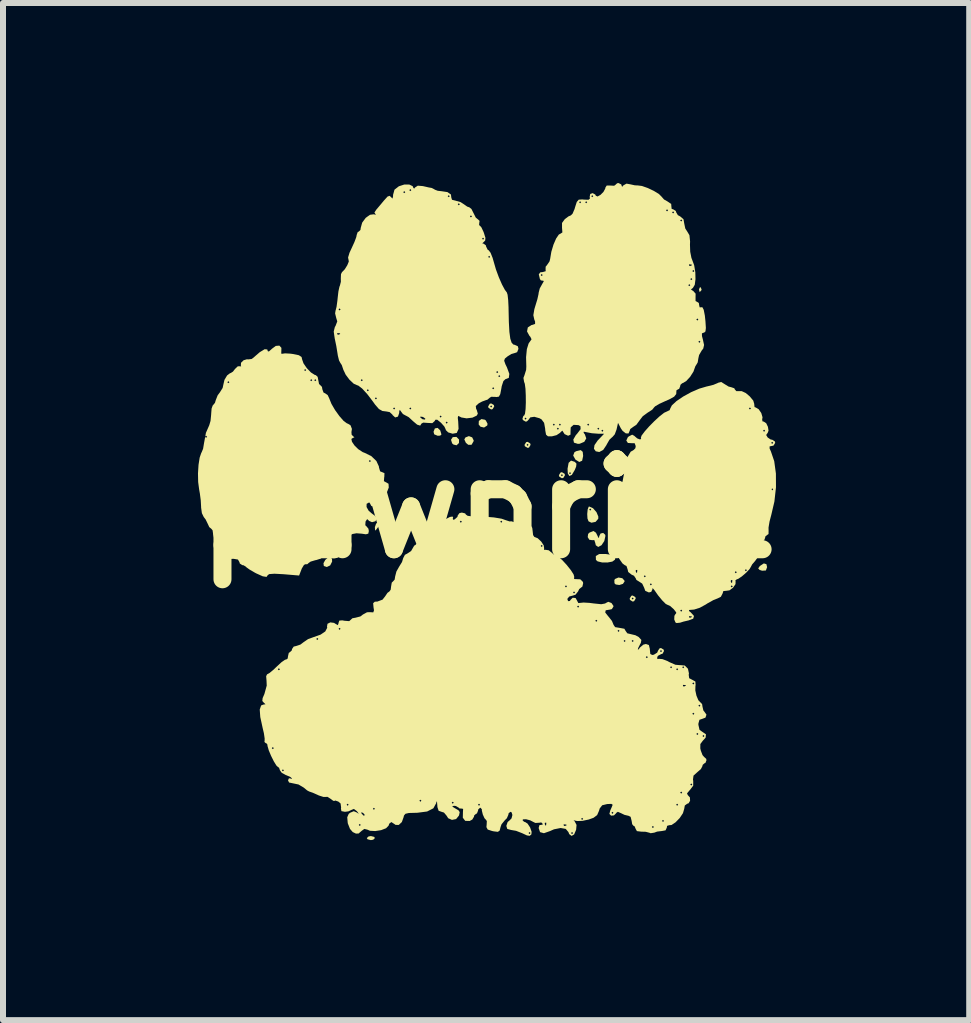
<source format=kicad_pcb>
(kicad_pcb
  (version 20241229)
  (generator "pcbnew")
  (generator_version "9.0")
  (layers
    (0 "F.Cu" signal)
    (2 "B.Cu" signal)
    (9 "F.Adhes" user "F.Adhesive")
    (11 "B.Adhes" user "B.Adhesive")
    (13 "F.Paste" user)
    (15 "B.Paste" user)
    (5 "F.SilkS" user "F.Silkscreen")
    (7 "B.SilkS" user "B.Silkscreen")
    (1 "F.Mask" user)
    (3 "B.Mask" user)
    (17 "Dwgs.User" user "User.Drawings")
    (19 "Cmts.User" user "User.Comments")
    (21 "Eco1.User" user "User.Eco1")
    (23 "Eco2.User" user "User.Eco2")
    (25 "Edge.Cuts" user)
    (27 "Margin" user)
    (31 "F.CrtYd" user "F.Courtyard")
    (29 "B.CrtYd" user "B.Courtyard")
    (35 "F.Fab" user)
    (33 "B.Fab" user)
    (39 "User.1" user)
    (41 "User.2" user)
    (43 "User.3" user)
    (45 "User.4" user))
  (footprint "pawprint"
    (layer "F.Cu")
    (at 5.05 5.424)
    (property "Reference" "pawprint" (at 0 0 0) (layer "F.SilkS") (effects (font (size 1.5 1.5) (thickness 0.3))))
    (attr board_only exclude_from_pos_files exclude_from_bom)
    (fp_poly (pts (xy 3.577 -3.685) (xy 3.591 -3.646) (xy 3.586 -3.636) (xy 3.559 -3.606) (xy 3.549 -3.641) (xy 3.548 -3.654) (xy 3.563 -3.687)) (stroke (width 0) (type solid)) (fill yes) (layer "F.SilkS"))
    (fp_poly (pts (xy -1.865 5.471) (xy -1.853 5.491) (xy -1.881 5.518) (xy -1.92 5.525) (xy -1.975 5.511) (xy -1.988 5.491) (xy -1.959 5.464) (xy -1.92 5.457)) (stroke (width 0) (type solid)) (fill yes) (layer "F.SilkS"))
    (fp_poly (pts (xy 4.671 0.927) (xy 4.682 0.977) (xy 4.662 1.032) (xy 4.599 1.036) (xy 4.556 1.022) (xy 4.534 0.997) (xy 4.562 0.957) (xy 4.628 0.914)) (stroke (width 0) (type solid)) (fill yes) (layer "F.SilkS"))
    (fp_poly (pts (xy -2.568 0.835) (xy -2.566 0.884) (xy -2.598 0.947) (xy -2.654 0.974) (xy -2.704 0.957) (xy -2.71 0.911) (xy -2.679 0.855) (xy -2.631 0.814) (xy -2.607 0.808)) (stroke (width 0) (type solid)) (fill yes) (layer "F.SilkS"))
    (fp_poly (pts (xy -1.762 0.244) (xy -1.776 0.278) (xy -1.789 0.295) (xy -1.829 0.348) (xy -1.843 0.368) (xy -1.851 0.351) (xy -1.853 0.309) (xy -1.832 0.248) (xy -1.798 0.236)) (stroke (width 0) (type solid)) (fill yes) (layer "F.SilkS"))
    (fp_poly (pts (xy -0.765 -1.303) (xy -0.762 -1.294) (xy -0.744 -1.234) (xy -0.766 -1.215) (xy -0.808 -1.213) (xy -0.865 -1.237) (xy -0.876 -1.28) (xy -0.854 -1.335) (xy -0.808 -1.344)) (stroke (width 0) (type solid)) (fill yes) (layer "F.SilkS"))
    (fp_poly (pts (xy -0.493 -1.193) (xy -0.451 -1.15) (xy -0.452 -1.092) (xy -0.492 -1.054) (xy -0.543 -1.066) (xy -0.566 -1.086) (xy -0.585 -1.146) (xy -0.556 -1.19) (xy -0.495 -1.194)) (stroke (width 0) (type solid)) (fill yes) (layer "F.SilkS"))
    (fp_poly (pts (xy -0.232 -1.186) (xy -0.207 -1.135) (xy -0.208 -1.123) (xy -0.242 -1.063) (xy -0.297 -1.062) (xy -0.337 -1.095) (xy -0.363 -1.152) (xy -0.344 -1.185) (xy -0.287 -1.207)) (stroke (width 0) (type solid)) (fill yes) (layer "F.SilkS"))
    (fp_poly (pts (xy -0.02 -1.48) (xy -0.004 -1.467) (xy 0.024 -1.413) (xy 0.019 -1.384) (xy -0.034 -1.35) (xy -0.094 -1.364) (xy -0.124 -1.401) (xy -0.121 -1.46) (xy -0.078 -1.491)) (stroke (width 0) (type solid)) (fill yes) (layer "F.SilkS"))
    (fp_poly (pts (xy 1.61 -0.945) (xy 1.617 -0.876) (xy 1.6 -0.797) (xy 1.553 -0.776) (xy 1.489 -0.815) (xy 1.451 -0.883) (xy 1.472 -0.939) (xy 1.502 -0.956) (xy 1.577 -0.974)) (stroke (width 0) (type solid)) (fill yes) (layer "F.SilkS"))
    (fp_poly (pts (xy 2.27 1.161) (xy 2.306 1.202) (xy 2.308 1.213) (xy 2.28 1.255) (xy 2.22 1.274) (xy 2.16 1.265) (xy 2.139 1.245) (xy 2.137 1.191) (xy 2.149 1.173) (xy 2.206 1.149)) (stroke (width 0) (type solid)) (fill yes) (layer "F.SilkS"))
    (fp_poly (pts (xy 2.097 0.772) (xy 2.146 0.793) (xy 2.154 0.829) (xy 2.146 0.853) (xy 2.103 0.884) (xy 2.022 0.899) (xy 1.931 0.898) (xy 1.858 0.88) (xy 1.83 0.856) (xy 1.828 0.791) (xy 1.884 0.758) (xy 1.992 0.757)) (stroke (width 0) (type solid)) (fill yes) (layer "F.SilkS"))
    (fp_poly (pts (xy 0.129 -1.725) (xy 0.135 -1.701) (xy 0.108 -1.657) (xy 0.084 -1.651) (xy 0.04 -1.678) (xy 0.034 -1.701) (xy 0.067 -1.701) (xy 0.084 -1.684) (xy 0.101 -1.701) (xy 0.084 -1.718) (xy 0.067 -1.701) (xy 0.034 -1.701) (xy 0.061 -1.746) (xy 0.084 -1.752)) (stroke (width 0) (type solid)) (fill yes) (layer "F.SilkS"))
    (fp_poly (pts (xy 0.735 -1.085) (xy 0.741 -1.061) (xy 0.714 -1.016) (xy 0.691 -1.011) (xy 0.646 -1.038) (xy 0.64 -1.061) (xy 0.674 -1.061) (xy 0.691 -1.044) (xy 0.707 -1.061) (xy 0.691 -1.078) (xy 0.674 -1.061) (xy 0.64 -1.061) (xy 0.667 -1.106) (xy 0.691 -1.112)) (stroke (width 0) (type solid)) (fill yes) (layer "F.SilkS"))
    (fp_poly (pts (xy 1.308 -0.579) (xy 1.314 -0.556) (xy 1.287 -0.511) (xy 1.263 -0.505) (xy 1.219 -0.532) (xy 1.213 -0.556) (xy 1.246 -0.556) (xy 1.263 -0.539) (xy 1.28 -0.556) (xy 1.263 -0.573) (xy 1.246 -0.556) (xy 1.213 -0.556) (xy 1.24 -0.6) (xy 1.263 -0.606)) (stroke (width 0) (type solid)) (fill yes) (layer "F.SilkS"))
    (fp_poly (pts (xy 2.487 1.476) (xy 2.493 1.499) (xy 2.466 1.544) (xy 2.442 1.55) (xy 2.398 1.523) (xy 2.392 1.499) (xy 2.425 1.499) (xy 2.442 1.516) (xy 2.459 1.499) (xy 2.442 1.482) (xy 2.425 1.499) (xy 2.392 1.499) (xy 2.419 1.454) (xy 2.442 1.449)) (stroke (width 0) (type solid)) (fill yes) (layer "F.SilkS"))
    (fp_poly (pts (xy 1.478 -0.778) (xy 1.506 -0.748) (xy 1.5 -0.698) (xy 1.478 -0.644) (xy 1.429 -0.561) (xy 1.387 -0.542) (xy 1.361 -0.585) (xy 1.361 -0.59) (xy 1.381 -0.59) (xy 1.398 -0.573) (xy 1.415 -0.59) (xy 1.398 -0.606) (xy 1.381 -0.59) (xy 1.361 -0.59) (xy 1.357 -0.663) (xy 1.375 -0.762) (xy 1.415 -0.799)) (stroke (width 0) (type solid)) (fill yes) (layer "F.SilkS"))
    (fp_poly (pts (xy 1.781 -0.006) (xy 1.839 0.06) (xy 1.87 0.134) (xy 1.869 0.17) (xy 1.824 0.222) (xy 1.755 0.236) (xy 1.707 0.213) (xy 1.689 0.166) (xy 1.685 0.091) (xy 1.692 0.017) (xy 1.718 0.017) (xy 1.735 0.034) (xy 1.752 0.017) (xy 1.735 0) (xy 1.718 0.017) (xy 1.692 0.017) (xy 1.692 0.016) (xy 1.709 -0.03) (xy 1.718 -0.034)) (stroke (width 0) (type solid)) (fill yes) (layer "F.SilkS"))
    (fp_poly (pts (xy 1.83 0.402) (xy 1.852 0.446) (xy 1.874 0.492) (xy 1.884 0.476) (xy 1.884 0.463) (xy 1.907 0.416) (xy 1.951 0.406) (xy 1.984 0.436) (xy 1.988 0.457) (xy 1.969 0.542) (xy 1.923 0.611) (xy 1.868 0.64) (xy 1.828 0.612) (xy 1.819 0.574) (xy 1.803 0.525) (xy 1.769 0.527) (xy 1.72 0.52) (xy 1.693 0.476) (xy 1.7 0.423) (xy 1.722 0.401) (xy 1.788 0.374)) (stroke (width 0) (type solid)) (fill yes) (layer "F.SilkS"))
    (fp_poly (pts (xy -3.411 -2.678) (xy -3.412 -2.627) (xy -3.414 -2.582) (xy -3.399 -2.579) (xy -3.35 -2.586) (xy -3.261 -2.581) (xy -3.217 -2.575) (xy -3.12 -2.555) (xy -3.075 -2.525) (xy -3.066 -2.486) (xy -3.043 -2.42) (xy -2.988 -2.34) (xy -2.919 -2.268) (xy -2.855 -2.227) (xy -2.838 -2.223) (xy -2.807 -2.195) (xy -2.796 -2.139) (xy -2.784 -2.076) (xy -2.762 -2.055) (xy -2.735 -2.027) (xy -2.729 -1.988) (xy -2.709 -1.933) (xy -2.682 -1.92) (xy -2.64 -1.891) (xy -2.613 -1.833) (xy -2.577 -1.744) (xy -2.517 -1.641) (xy -2.445 -1.541) (xy -2.374 -1.46) (xy -2.317 -1.418) (xy -2.304 -1.415) (xy -2.259 -1.387) (xy -2.236 -1.327) (xy -2.244 -1.273) (xy -2.24 -1.229) (xy -2.219 -1.209) (xy -2.194 -1.185) (xy -2.214 -1.18) (xy -2.245 -1.16) (xy -2.235 -1.113) (xy -2.193 -1.051) (xy -2.13 -0.989) (xy -2.057 -0.941) (xy -2.021 -0.927) (xy -1.912 -0.873) (xy -1.828 -0.792) (xy -1.787 -0.703) (xy -1.785 -0.685) (xy -1.766 -0.62) (xy -1.731 -0.606) (xy -1.694 -0.59) (xy -1.696 -0.531) (xy -1.698 -0.522) (xy -1.703 -0.457) (xy -1.67 -0.438) (xy -1.668 -0.438) (xy -1.626 -0.413) (xy -1.622 -0.35) (xy -1.655 -0.266) (xy -1.672 -0.24) (xy -1.739 -0.181) (xy -1.806 -0.177) (xy -1.867 -0.179) (xy -1.886 -0.164) (xy -1.861 -0.136) (xy -1.853 -0.135) (xy -1.823 -0.107) (xy -1.819 -0.084) (xy -1.842 -0.038) (xy -1.91 -0.041) (xy -1.912 -0.042) (xy -1.929 -0.074) (xy -1.929 -0.076) (xy -1.934 -0.084) (xy -1.886 -0.084) (xy -1.87 -0.067) (xy -1.853 -0.084) (xy -1.87 -0.101) (xy -1.886 -0.084) (xy -1.934 -0.084) (xy -1.945 -0.1) (xy -1.951 -0.101) (xy -1.991 -0.079) (xy -1.992 -0.026) (xy -1.958 0.035) (xy -1.913 0.075) (xy -1.848 0.125) (xy -1.819 0.167) (xy -1.819 0.169) (xy -1.845 0.212) (xy -1.901 0.227) (xy -1.951 0.206) (xy -1.955 0.2) (xy -1.982 0.176) (xy -2.007 0.213) (xy -2.009 0.218) (xy -2.013 0.278) (xy -1.994 0.296) (xy -1.961 0.336) (xy -1.954 0.375) (xy -1.963 0.418) (xy -2.003 0.429) (xy -2.07 0.419) (xy -2.16 0.412) (xy -2.226 0.424) (xy -2.23 0.426) (xy -2.283 0.453) (xy -2.348 0.466) (xy -2.365 0.467) (xy -2.388 0.481) (xy -2.365 0.512) (xy -2.324 0.577) (xy -2.346 0.621) (xy -2.427 0.64) (xy -2.442 0.64) (xy -2.53 0.651) (xy -2.56 0.687) (xy -2.56 0.69) (xy -2.589 0.735) (xy -2.644 0.761) (xy -2.707 0.786) (xy -2.729 0.811) (xy -2.758 0.835) (xy -2.83 0.858) (xy -2.847 0.861) (xy -2.924 0.884) (xy -2.963 0.911) (xy -2.964 0.915) (xy -2.986 0.931) (xy -3 0.925) (xy -3.034 0.938) (xy -3.071 0.999) (xy -3.075 1.01) (xy -3.116 1.116) (xy -3.377 1.094) (xy -3.527 1.086) (xy -3.613 1.092) (xy -3.638 1.109) (xy -3.658 1.139) (xy -3.722 1.129) (xy -3.833 1.079) (xy -3.857 1.066) (xy -3.941 1.017) (xy -3.994 0.979) (xy -4.003 0.969) (xy -4.042 0.945) (xy -4.062 0.943) (xy -4.104 0.916) (xy -4.11 0.893) (xy -4.135 0.85) (xy -4.214 0.836) (xy -4.287 0.84) (xy -4.334 0.822) (xy -4.346 0.768) (xy -4.373 0.69) (xy -4.443 0.609) (xy -4.447 0.606) (xy -4.529 0.508) (xy -4.548 0.43) (xy -4.558 0.362) (xy -4.579 0.337) (xy -4.613 0.309) (xy -4.634 0.263) (xy -4.674 0.181) (xy -4.705 0.141) (xy -4.736 0.077) (xy -4.749 -0.017) (xy -4.749 -0.029) (xy -4.755 -0.138) (xy -4.77 -0.253) (xy -1.853 -0.253) (xy -1.836 -0.236) (xy -1.819 -0.253) (xy -1.836 -0.269) (xy -1.853 -0.253) (xy -4.77 -0.253) (xy -4.773 -0.269) (xy -4.782 -0.32) (xy -4.798 -0.442) (xy -4.801 -0.585) (xy -4.792 -0.728) (xy -4.782 -0.792) (xy -1.954 -0.792) (xy -1.937 -0.775) (xy -1.92 -0.792) (xy -1.937 -0.808) (xy -1.954 -0.792) (xy -4.782 -0.792) (xy -4.773 -0.849) (xy -4.746 -0.928) (xy -4.741 -0.935) (xy -4.716 -0.996) (xy -4.701 -1.086) (xy -4.701 -1.086) (xy -4.681 -1.194) (xy -4.666 -1.179) (xy -4.649 -1.196) (xy -4.666 -1.213) (xy -4.68 -1.198) (xy -4.669 -1.261) (xy -4.613 -1.389) (xy -4.592 -1.46) (xy -4.582 -1.561) (xy -4.581 -1.58) (xy -4.574 -1.667) (xy -4.555 -1.719) (xy -4.549 -1.724) (xy -4.518 -1.762) (xy -4.505 -1.806) (xy -4.473 -1.887) (xy -4.437 -1.935) (xy -4.39 -2.01) (xy -4.378 -2.066) (xy -4.369 -2.105) (xy -4.312 -2.105) (xy -4.295 -2.089) (xy -4.278 -2.105) (xy -4.295 -2.122) (xy -4.312 -2.105) (xy -4.369 -2.105) (xy -4.361 -2.139) (xy -2.931 -2.139) (xy -2.914 -2.122) (xy -2.897 -2.139) (xy -2.863 -2.139) (xy -2.847 -2.122) (xy -2.83 -2.139) (xy -2.847 -2.156) (xy -2.863 -2.139) (xy -2.897 -2.139) (xy -2.914 -2.156) (xy -2.931 -2.139) (xy -4.361 -2.139) (xy -4.359 -2.146) (xy -4.316 -2.218) (xy -4.266 -2.256) (xy -4.257 -2.257) (xy -4.218 -2.282) (xy -4.198 -2.308) (xy -3.032 -2.308) (xy -3.015 -2.291) (xy -2.998 -2.308) (xy -3.015 -2.324) (xy -3.032 -2.308) (xy -4.198 -2.308) (xy -4.184 -2.326) (xy -4.138 -2.37) (xy -4.104 -2.371) (xy -4.081 -2.368) (xy -4.087 -2.383) (xy -4.084 -2.429) (xy -4.041 -2.471) (xy -3.984 -2.488) (xy -3.968 -2.485) (xy -3.908 -2.492) (xy -3.886 -2.507) (xy -3.771 -2.606) (xy -3.69 -2.655) (xy -3.646 -2.651) (xy -3.638 -2.622) (xy -3.62 -2.617) (xy -3.576 -2.655) (xy -3.572 -2.66) (xy -3.505 -2.71) (xy -3.445 -2.715)) (stroke (width 0) (type solid)) (fill yes) (layer "F.SilkS"))
    (fp_poly (pts (xy 3.97 -2.076) (xy 4.04 -2.033) (xy 4.087 -2.021) (xy 4.136 -2.004) (xy 4.144 -1.986) (xy 4.169 -1.957) (xy 4.186 -1.956) (xy 4.26 -1.956) (xy 4.327 -1.925) (xy 4.394 -1.868) (xy 4.452 -1.798) (xy 4.469 -1.739) (xy 4.468 -1.734) (xy 4.473 -1.691) (xy 4.493 -1.684) (xy 4.541 -1.656) (xy 4.585 -1.592) (xy 4.606 -1.521) (xy 4.6 -1.485) (xy 4.605 -1.453) (xy 4.626 -1.449) (xy 4.667 -1.422) (xy 4.696 -1.362) (xy 4.706 -1.297) (xy 4.689 -1.255) (xy 4.684 -1.252) (xy 4.667 -1.225) (xy 4.692 -1.184) (xy 4.739 -1.152) (xy 4.771 -1.145) (xy 4.812 -1.118) (xy 4.817 -1.095) (xy 4.79 -1.05) (xy 4.767 -1.044) (xy 4.724 -1.036) (xy 4.724 -1) (xy 4.746 -0.951) (xy 4.801 -0.789) (xy 4.829 -0.583) (xy 4.83 -0.353) (xy 4.804 -0.118) (xy 4.754 0.097) (xy 4.723 0.216) (xy 4.706 0.317) (xy 4.707 0.371) (xy 4.706 0.425) (xy 4.686 0.438) (xy 4.653 0.465) (xy 4.649 0.488) (xy 4.632 0.533) (xy 4.618 0.539) (xy 4.601 0.566) (xy 4.605 0.606) (xy 4.598 0.671) (xy 4.571 0.693) (xy 4.534 0.732) (xy 4.536 0.758) (xy 4.527 0.812) (xy 4.483 0.873) (xy 4.433 0.931) (xy 4.413 0.969) (xy 4.389 1.01) (xy 4.331 1.071) (xy 4.261 1.131) (xy 4.2 1.172) (xy 4.178 1.179) (xy 4.153 1.197) (xy 4.157 1.207) (xy 4.156 1.259) (xy 4.115 1.319) (xy 4.055 1.363) (xy 4.005 1.37) (xy 3.953 1.375) (xy 3.941 1.414) (xy 3.912 1.47) (xy 3.863 1.495) (xy 3.786 1.526) (xy 3.689 1.58) (xy 3.66 1.599) (xy 3.561 1.653) (xy 3.467 1.683) (xy 3.443 1.685) (xy 3.382 1.69) (xy 3.381 1.707) (xy 3.411 1.731) (xy 3.464 1.79) (xy 3.451 1.835) (xy 3.377 1.863) (xy 3.288 1.884) (xy 3.232 1.902) (xy 3.174 1.908) (xy 3.156 1.899) (xy 3.135 1.849) (xy 3.137 1.797) (xy 3.38 1.797) (xy 3.385 1.817) (xy 3.402 1.819) (xy 3.43 1.807) (xy 3.425 1.797) (xy 3.385 1.793) (xy 3.38 1.797) (xy 3.137 1.797) (xy 3.137 1.789) (xy 3.158 1.753) (xy 3.165 1.752) (xy 3.168 1.731) (xy 3.145 1.701) (xy 3.234 1.701) (xy 3.251 1.718) (xy 3.268 1.701) (xy 3.251 1.684) (xy 3.234 1.701) (xy 3.145 1.701) (xy 3.13 1.681) (xy 3.123 1.674) (xy 3.066 1.623) (xy 3.028 1.606) (xy 3.026 1.606) (xy 2.993 1.589) (xy 2.935 1.531) (xy 2.865 1.446) (xy 2.805 1.36) (xy 2.775 1.325) (xy 2.771 1.347) (xy 2.751 1.389) (xy 2.712 1.398) (xy 2.652 1.371) (xy 2.633 1.318) (xy 2.623 1.297) (xy 4.076 1.297) (xy 4.093 1.314) (xy 4.11 1.297) (xy 4.093 1.28) (xy 4.076 1.297) (xy 2.623 1.297) (xy 2.607 1.263) (xy 2.729 1.263) (xy 2.745 1.28) (xy 2.762 1.263) (xy 2.745 1.246) (xy 2.729 1.263) (xy 2.607 1.263) (xy 2.6 1.25) (xy 2.557 1.222) (xy 2.543 1.213) (xy 4.076 1.213) (xy 4.088 1.24) (xy 4.099 1.235) (xy 4.103 1.195) (xy 4.099 1.19) (xy 4.079 1.195) (xy 4.076 1.213) (xy 2.543 1.213) (xy 2.504 1.189) (xy 2.493 1.162) (xy 2.47 1.129) (xy 2.628 1.129) (xy 2.644 1.145) (xy 2.661 1.129) (xy 2.644 1.112) (xy 2.628 1.129) (xy 2.47 1.129) (xy 2.465 1.12) (xy 2.425 1.102) (xy 2.368 1.057) (xy 2.365 1.044) (xy 2.493 1.044) (xy 2.505 1.072) (xy 2.515 1.067) (xy 2.516 1.061) (xy 4.144 1.061) (xy 4.16 1.078) (xy 4.177 1.061) (xy 4.16 1.044) (xy 4.144 1.061) (xy 2.516 1.061) (xy 2.519 1.027) (xy 4.312 1.027) (xy 4.329 1.044) (xy 4.346 1.027) (xy 4.329 1.011) (xy 4.312 1.027) (xy 2.519 1.027) (xy 2.519 1.027) (xy 2.515 1.022) (xy 2.495 1.026) (xy 2.493 1.044) (xy 2.365 1.044) (xy 2.358 1.014) (xy 2.339 0.957) (xy 2.31 0.943) (xy 2.273 0.915) (xy 2.22 0.84) (xy 2.164 0.736) (xy 2.162 0.733) (xy 2.118 0.634) (xy 2.09 0.552) (xy 2.075 0.467) (xy 2.07 0.358) (xy 2.072 0.208) (xy 2.073 0.16) (xy 2.082 -0.024) (xy 2.09 -0.101) (xy 2.156 -0.101) (xy 2.168 -0.073) (xy 2.178 -0.079) (xy 2.182 -0.119) (xy 2.178 -0.124) (xy 2.158 -0.119) (xy 2.156 -0.101) (xy 2.09 -0.101) (xy 2.096 -0.15) (xy 2.116 -0.226) (xy 2.133 -0.251) (xy 2.183 -0.281) (xy 2.208 -0.276) (xy 2.217 -0.278) (xy 2.207 -0.3) (xy 2.207 -0.32) (xy 4.75 -0.32) (xy 4.767 -0.303) (xy 4.784 -0.32) (xy 4.767 -0.337) (xy 4.75 -0.32) (xy 2.207 -0.32) (xy 2.206 -0.358) (xy 2.234 -0.387) (xy 2.274 -0.453) (xy 2.298 -0.579) (xy 2.301 -0.616) (xy 2.322 -0.75) (xy 2.36 -0.866) (xy 2.409 -0.947) (xy 2.46 -0.977) (xy 2.487 -1.005) (xy 2.493 -1.041) (xy 2.475 -1.089) (xy 2.429 -1.089) (xy 2.362 -1.093) (xy 2.361 -1.095) (xy 4.75 -1.095) (xy 4.767 -1.078) (xy 4.784 -1.095) (xy 4.767 -1.112) (xy 4.75 -1.095) (xy 2.361 -1.095) (xy 2.336 -1.134) (xy 2.362 -1.189) (xy 2.378 -1.202) (xy 2.434 -1.231) (xy 2.472 -1.21) (xy 2.476 -1.205) (xy 2.518 -1.169) (xy 2.562 -1.152) (xy 2.584 -1.159) (xy 2.578 -1.177) (xy 2.59 -1.215) (xy 2.641 -1.283) (xy 2.653 -1.297) (xy 4.615 -1.297) (xy 4.632 -1.28) (xy 4.649 -1.297) (xy 4.632 -1.314) (xy 4.615 -1.297) (xy 2.653 -1.297) (xy 2.717 -1.369) (xy 2.805 -1.458) (xy 2.892 -1.538) (xy 2.966 -1.596) (xy 3.012 -1.617) (xy 3.059 -1.64) (xy 3.066 -1.661) (xy 3.069 -1.668) (xy 4.379 -1.668) (xy 4.396 -1.651) (xy 4.413 -1.668) (xy 4.396 -1.684) (xy 4.379 -1.668) (xy 3.069 -1.668) (xy 3.095 -1.719) (xy 3.173 -1.791) (xy 3.285 -1.867) (xy 3.416 -1.939) (xy 3.552 -1.998) (xy 3.678 -2.035) (xy 3.689 -2.037) (xy 3.786 -2.061) (xy 3.856 -2.09) (xy 3.866 -2.096) (xy 3.918 -2.109)) (stroke (width 0) (type solid)) (fill yes) (layer "F.SilkS"))
    (fp_poly (pts (xy -1.28 -5.399) (xy -1.224 -5.372) (xy -1.212 -5.344) (xy -1.199 -5.331) (xy -1.183 -5.351) (xy -1.138 -5.38) (xy -1.053 -5.373) (xy -1.04 -5.37) (xy -0.957 -5.351) (xy -0.906 -5.342) (xy -0.904 -5.341) (xy -0.861 -5.319) (xy -0.856 -5.314) (xy -0.806 -5.295) (xy -0.744 -5.288) (xy -0.644 -5.273) (xy -0.586 -5.233) (xy -0.58 -5.183) (xy -0.568 -5.145) (xy -0.516 -5.132) (xy -0.425 -5.106) (xy -0.374 -5.073) (xy -0.314 -5.031) (xy -0.279 -5.019) (xy -0.244 -4.991) (xy -0.209 -4.922) (xy -0.207 -4.918) (xy -0.172 -4.848) (xy -0.134 -4.817) (xy -0.133 -4.817) (xy -0.109 -4.793) (xy -0.113 -4.767) (xy -0.117 -4.723) (xy -0.107 -4.716) (xy -0.08 -4.688) (xy -0.046 -4.617) (xy -0.037 -4.594) (xy -0.011 -4.51) (xy -0.016 -4.465) (xy -0.038 -4.443) (xy -0.064 -4.419) (xy -0.042 -4.414) (xy -0.004 -4.386) (xy 0 -4.366) (xy 0.026 -4.313) (xy 0.043 -4.303) (xy 0.074 -4.263) (xy 0.108 -4.178) (xy 0.129 -4.105) (xy 0.164 -3.984) (xy 0.212 -3.854) (xy 0.265 -3.733) (xy 0.314 -3.642) (xy 0.345 -3.602) (xy 0.358 -3.562) (xy 0.368 -3.472) (xy 0.374 -3.351) (xy 0.374 -3.333) (xy 0.379 -3.109) (xy 0.388 -2.944) (xy 0.403 -2.831) (xy 0.425 -2.764) (xy 0.454 -2.733) (xy 0.474 -2.729) (xy 0.529 -2.704) (xy 0.539 -2.661) (xy 0.517 -2.606) (xy 0.486 -2.594) (xy 0.421 -2.575) (xy 0.359 -2.537) (xy 0.313 -2.499) (xy 0.301 -2.463) (xy 0.322 -2.404) (xy 0.347 -2.353) (xy 0.387 -2.244) (xy 0.378 -2.177) (xy 0.322 -2.156) (xy 0.288 -2.124) (xy 0.26 -2.038) (xy 0.254 -2.001) (xy 0.236 -1.907) (xy 0.213 -1.865) (xy 0.172 -1.858) (xy 0.15 -1.861) (xy 0.085 -1.862) (xy 0.06 -1.846) (xy 0.022 -1.814) (xy -0.001 -1.807) (xy -0.067 -1.783) (xy -0.123 -1.753) (xy -0.172 -1.708) (xy -0.166 -1.66) (xy -0.157 -1.646) (xy -0.138 -1.581) (xy -0.156 -1.549) (xy -0.227 -1.515) (xy -0.325 -1.503) (xy -0.413 -1.518) (xy -0.435 -1.53) (xy -0.465 -1.544) (xy -0.472 -1.512) (xy -0.465 -1.449) (xy -0.459 -1.327) (xy -0.489 -1.26) (xy -0.558 -1.247) (xy -0.632 -1.269) (xy -0.671 -1.307) (xy -0.674 -1.321) (xy -0.696 -1.367) (xy -0.751 -1.429) (xy -0.755 -1.432) (xy -0.674 -1.432) (xy -0.657 -1.415) (xy -0.64 -1.432) (xy -0.657 -1.449) (xy -0.674 -1.432) (xy -0.755 -1.432) (xy -0.756 -1.433) (xy -0.814 -1.48) (xy -0.845 -1.48) (xy -0.857 -1.458) (xy -0.896 -1.423) (xy -0.977 -1.427) (xy -0.977 -1.427) (xy -1.048 -1.432) (xy -1.078 -1.415) (xy -1.078 -1.414) (xy -1.098 -1.382) (xy -1.149 -1.398) (xy -1.22 -1.458) (xy -1.227 -1.465) (xy -1.29 -1.523) (xy -1.305 -1.531) (xy -1.098 -1.531) (xy -1.095 -1.516) (xy -1.059 -1.488) (xy -1.02 -1.483) (xy -1.011 -1.495) (xy -1.037 -1.517) (xy -1.063 -1.529) (xy -1.098 -1.531) (xy -1.305 -1.531) (xy -1.308 -1.533) (xy -0.775 -1.533) (xy -0.758 -1.516) (xy -0.741 -1.533) (xy -0.758 -1.55) (xy -0.775 -1.533) (xy -1.308 -1.533) (xy -1.338 -1.549) (xy -1.341 -1.55) (xy -1.386 -1.575) (xy -1.412 -1.609) (xy -1.438 -1.645) (xy -1.447 -1.621) (xy -1.448 -1.592) (xy -1.469 -1.532) (xy -1.515 -1.518) (xy -1.558 -1.557) (xy -1.562 -1.566) (xy -1.607 -1.607) (xy -1.658 -1.617) (xy -1.729 -1.626) (xy -1.787 -1.659) (xy -1.794 -1.668) (xy -1.55 -1.668) (xy -1.533 -1.651) (xy -1.516 -1.668) (xy -1.28 -1.668) (xy -1.263 -1.651) (xy -1.246 -1.668) (xy -1.263 -1.684) (xy -1.28 -1.668) (xy -1.516 -1.668) (xy -1.533 -1.684) (xy -1.55 -1.668) (xy -1.794 -1.668) (xy -1.849 -1.731) (xy -1.884 -1.78) (xy -1.926 -1.836) (xy -1.853 -1.836) (xy -1.836 -1.819) (xy -1.819 -1.836) (xy -1.836 -1.853) (xy -1.853 -1.836) (xy -1.926 -1.836) (xy -1.98 -1.906) (xy -2.039 -1.971) (xy -1.988 -1.971) (xy -1.971 -1.954) (xy -1.954 -1.971) (xy -1.971 -1.988) (xy -1.988 -1.971) (xy -2.039 -1.971) (xy -2.065 -1.999) (xy -2.071 -2.004) (xy 0.101 -2.004) (xy 0.118 -1.988) (xy 0.135 -2.004) (xy 0.118 -2.021) (xy 0.101 -2.004) (xy -2.071 -2.004) (xy -2.13 -2.049) (xy -2.15 -2.055) (xy -2.207 -2.081) (xy -2.268 -2.139) (xy -2.089 -2.139) (xy -2.072 -2.122) (xy -2.055 -2.139) (xy -2.072 -2.156) (xy -2.089 -2.139) (xy -2.268 -2.139) (xy -2.277 -2.147) (xy -2.321 -2.206) (xy 0.202 -2.206) (xy 0.219 -2.19) (xy 0.236 -2.206) (xy 0.219 -2.223) (xy 0.202 -2.206) (xy -2.321 -2.206) (xy -2.34 -2.231) (xy -2.36 -2.274) (xy 0.168 -2.274) (xy 0.185 -2.257) (xy 0.202 -2.274) (xy 0.185 -2.291) (xy 0.168 -2.274) (xy -2.36 -2.274) (xy -2.379 -2.313) (xy -2.38 -2.317) (xy -2.405 -2.391) (xy -2.429 -2.427) (xy -2.451 -2.469) (xy -2.471 -2.551) (xy -2.475 -2.578) (xy -2.496 -2.707) (xy -2.523 -2.837) (xy -2.524 -2.844) (xy -2.535 -2.92) (xy -2.482 -2.92) (xy -2.477 -2.9) (xy -2.459 -2.897) (xy -2.431 -2.909) (xy -2.437 -2.92) (xy -2.477 -2.924) (xy -2.482 -2.92) (xy -2.535 -2.92) (xy -2.539 -2.951) (xy -2.52 -3.026) (xy -2.509 -3.043) (xy -2.48 -3.119) (xy -2.497 -3.174) (xy -2.516 -3.252) (xy -2.509 -3.296) (xy -2.503 -3.318) (xy -2.459 -3.318) (xy -2.442 -3.301) (xy -2.425 -3.318) (xy -2.442 -3.335) (xy -2.459 -3.318) (xy -2.503 -3.318) (xy -2.492 -3.362) (xy -2.478 -3.464) (xy -2.473 -3.514) (xy -2.461 -3.618) (xy -2.444 -3.696) (xy -2.436 -3.716) (xy -2.42 -3.779) (xy -2.421 -3.836) (xy -2.418 -3.906) (xy -2.402 -3.938) (xy -2.355 -3.987) (xy -2.313 -4.055) (xy -2.288 -4.116) (xy -2.293 -4.15) (xy -2.294 -4.15) (xy -2.3 -4.184) (xy -2.297 -4.194) (xy 0.034 -4.194) (xy 0.051 -4.177) (xy 0.067 -4.194) (xy 0.051 -4.211) (xy 0.034 -4.194) (xy -2.297 -4.194) (xy -2.276 -4.263) (xy -2.243 -4.334) (xy -2.195 -4.439) (xy -2.173 -4.497) (xy -0.067 -4.497) (xy -0.051 -4.48) (xy -0.034 -4.497) (xy -0.051 -4.514) (xy -0.067 -4.497) (xy -2.173 -4.497) (xy -2.163 -4.525) (xy -2.156 -4.561) (xy -2.139 -4.608) (xy -2.122 -4.615) (xy -2.094 -4.643) (xy -2.089 -4.678) (xy -2.065 -4.764) (xy -2.007 -4.843) (xy -1.973 -4.868) (xy -0.269 -4.868) (xy -0.253 -4.851) (xy -0.236 -4.868) (xy -0.253 -4.885) (xy -0.269 -4.868) (xy -1.973 -4.868) (xy -1.934 -4.895) (xy -1.875 -4.903) (xy -1.834 -4.896) (xy -1.842 -4.904) (xy -1.861 -4.933) (xy -1.831 -4.979) (xy -1.776 -5.044) (xy -1.754 -5.07) (xy -0.472 -5.07) (xy -0.455 -5.053) (xy -0.438 -5.07) (xy -0.455 -5.087) (xy -0.472 -5.07) (xy -1.754 -5.07) (xy -1.707 -5.127) (xy -1.698 -5.137) (xy -1.642 -5.199) (xy -1.607 -5.211) (xy -1.583 -5.188) (xy -1.56 -5.165) (xy -1.551 -5.2) (xy -1.551 -5.205) (xy -0.64 -5.205) (xy -0.623 -5.188) (xy -0.606 -5.205) (xy -0.623 -5.221) (xy -0.64 -5.205) (xy -1.551 -5.205) (xy -1.55 -5.229) (xy -1.538 -5.272) (xy -1.381 -5.272) (xy -1.364 -5.255) (xy -1.347 -5.272) (xy -1.364 -5.289) (xy -1.381 -5.272) (xy -1.538 -5.272) (xy -1.529 -5.306) (xy -1.28 -5.306) (xy -1.263 -5.289) (xy -1.246 -5.306) (xy -1.263 -5.323) (xy -1.28 -5.306) (xy -1.529 -5.306) (xy -1.527 -5.313) (xy -1.454 -5.37) (xy -1.364 -5.399)) (stroke (width 0) (type solid)) (fill yes) (layer "F.SilkS"))
    (fp_poly (pts (xy 2.252 -5.401) (xy 2.258 -5.381) (xy 2.266 -5.36) (xy 2.287 -5.385) (xy 2.339 -5.414) (xy 2.396 -5.404) (xy 2.479 -5.386) (xy 2.528 -5.384) (xy 2.597 -5.375) (xy 2.694 -5.341) (xy 2.795 -5.293) (xy 2.879 -5.242) (xy 2.921 -5.2) (xy 2.921 -5.2) (xy 2.965 -5.15) (xy 3.023 -5.117) (xy 3.084 -5.076) (xy 3.087 -5.036) (xy 3.092 -4.993) (xy 3.117 -4.986) (xy 3.161 -4.959) (xy 3.167 -4.937) (xy 3.195 -4.889) (xy 3.234 -4.868) (xy 3.289 -4.821) (xy 3.301 -4.752) (xy 3.319 -4.666) (xy 3.353 -4.614) (xy 3.388 -4.555) (xy 3.399 -4.45) (xy 3.397 -4.399) (xy 3.401 -4.279) (xy 3.421 -4.177) (xy 3.433 -4.146) (xy 3.467 -4.054) (xy 3.486 -3.939) (xy 3.489 -3.823) (xy 3.477 -3.729) (xy 3.447 -3.678) (xy 3.447 -3.677) (xy 3.413 -3.651) (xy 3.443 -3.63) (xy 3.45 -3.627) (xy 3.491 -3.581) (xy 3.49 -3.522) (xy 3.49 -3.458) (xy 3.514 -3.445) (xy 3.545 -3.425) (xy 3.549 -3.394) (xy 3.558 -3.353) (xy 3.572 -3.353) (xy 3.603 -3.355) (xy 3.626 -3.312) (xy 3.645 -3.215) (xy 3.655 -3.12) (xy 3.662 -3.009) (xy 3.655 -2.951) (xy 3.632 -2.931) (xy 3.625 -2.931) (xy 3.596 -2.919) (xy 3.597 -2.874) (xy 3.613 -2.813) (xy 3.632 -2.725) (xy 3.618 -2.665) (xy 3.593 -2.634) (xy 3.549 -2.558) (xy 3.537 -2.504) (xy 3.526 -2.436) (xy 3.512 -2.411) (xy 3.485 -2.368) (xy 3.484 -2.364) (xy 3.455 -2.282) (xy 3.399 -2.194) (xy 3.333 -2.123) (xy 3.274 -2.089) (xy 3.268 -2.089) (xy 3.238 -2.061) (xy 3.234 -2.038) (xy 3.216 -1.993) (xy 3.2 -1.988) (xy 3.171 -1.969) (xy 3.171 -1.962) (xy 3.168 -1.908) (xy 3.133 -1.864) (xy 3.052 -1.819) (xy 2.981 -1.788) (xy 2.883 -1.743) (xy 2.816 -1.703) (xy 2.796 -1.682) (xy 2.769 -1.648) (xy 2.703 -1.605) (xy 2.693 -1.599) (xy 2.61 -1.538) (xy 2.554 -1.465) (xy 2.554 -1.464) (xy 2.503 -1.395) (xy 2.454 -1.363) (xy 2.402 -1.325) (xy 2.392 -1.295) (xy 2.373 -1.251) (xy 2.327 -1.253) (xy 2.274 -1.295) (xy 2.245 -1.337) (xy 2.198 -1.428) (xy 2.174 -1.318) (xy 2.144 -1.237) (xy 2.104 -1.191) (xy 2.101 -1.19) (xy 2.056 -1.148) (xy 2.011 -1.07) (xy 2.005 -1.057) (xy 1.952 -0.978) (xy 1.886 -0.942) (xy 1.827 -0.954) (xy 1.797 -0.996) (xy 1.806 -1.057) (xy 1.862 -1.138) (xy 1.872 -1.147) (xy 1.966 -1.246) (xy 1.868 -1.247) (xy 1.762 -1.255) (xy 1.684 -1.27) (xy 1.627 -1.281) (xy 1.625 -1.263) (xy 1.646 -1.235) (xy 1.669 -1.169) (xy 1.636 -1.112) (xy 1.56 -1.08) (xy 1.529 -1.078) (xy 1.464 -1.098) (xy 1.453 -1.15) (xy 1.495 -1.223) (xy 1.516 -1.246) (xy 1.555 -1.297) (xy 1.92 -1.297) (xy 1.937 -1.28) (xy 1.954 -1.297) (xy 1.937 -1.314) (xy 1.92 -1.297) (xy 1.555 -1.297) (xy 1.574 -1.322) (xy 1.574 -1.331) (xy 1.853 -1.331) (xy 1.87 -1.314) (xy 1.886 -1.331) (xy 1.87 -1.347) (xy 1.853 -1.331) (xy 1.574 -1.331) (xy 1.572 -1.371) (xy 1.541 -1.39) (xy 1.458 -1.395) (xy 1.41 -1.353) (xy 1.407 -1.294) (xy 1.406 -1.231) (xy 1.367 -1.213) (xy 1.308 -1.24) (xy 1.292 -1.264) (xy 1.271 -1.298) (xy 1.243 -1.275) (xy 1.234 -1.263) (xy 1.174 -1.223) (xy 1.095 -1.203) (xy 1.03 -1.204) (xy 0.999 -1.231) (xy 0.986 -1.302) (xy 0.984 -1.331) (xy 1.179 -1.331) (xy 1.196 -1.314) (xy 1.213 -1.331) (xy 1.196 -1.347) (xy 1.179 -1.331) (xy 0.984 -1.331) (xy 0.972 -1.398) (xy 1.112 -1.398) (xy 1.129 -1.381) (xy 1.145 -1.398) (xy 1.213 -1.398) (xy 1.23 -1.381) (xy 1.246 -1.398) (xy 1.684 -1.398) (xy 1.701 -1.381) (xy 1.718 -1.398) (xy 1.701 -1.415) (xy 1.684 -1.398) (xy 1.246 -1.398) (xy 1.23 -1.415) (xy 1.213 -1.398) (xy 1.145 -1.398) (xy 1.129 -1.415) (xy 1.112 -1.398) (xy 0.972 -1.398) (xy 0.966 -1.429) (xy 0.923 -1.486) (xy 0.889 -1.505) (xy 0.803 -1.529) (xy 0.736 -1.519) (xy 0.707 -1.48) (xy 0.707 -1.479) (xy 0.68 -1.452) (xy 0.657 -1.449) (xy 0.612 -1.476) (xy 0.606 -1.499) (xy 0.64 -1.499) (xy 0.657 -1.482) (xy 0.674 -1.499) (xy 0.657 -1.516) (xy 0.64 -1.499) (xy 0.606 -1.499) (xy 0.621 -1.544) (xy 0.634 -1.55) (xy 0.648 -1.58) (xy 0.658 -1.659) (xy 0.662 -1.767) (xy 0.661 -1.885) (xy 0.656 -1.996) (xy 0.645 -2.078) (xy 0.633 -2.112) (xy 0.622 -2.177) (xy 0.639 -2.221) (xy 0.667 -2.311) (xy 0.67 -2.367) (xy 0.666 -2.522) (xy 0.679 -2.656) (xy 0.708 -2.75) (xy 0.724 -2.774) (xy 0.728 -2.779) (xy 3.537 -2.779) (xy 3.554 -2.762) (xy 3.571 -2.779) (xy 3.554 -2.796) (xy 3.537 -2.779) (xy 0.728 -2.779) (xy 0.757 -2.82) (xy 0.737 -2.862) (xy 0.722 -2.878) (xy 0.682 -2.951) (xy 0.695 -3.018) (xy 0.756 -3.058) (xy 0.765 -3.059) (xy 0.816 -3.076) (xy 0.816 -3.117) (xy 0.804 -3.147) (xy 0.803 -3.15) (xy 3.503 -3.15) (xy 3.52 -3.133) (xy 3.537 -3.15) (xy 3.52 -3.167) (xy 3.503 -3.15) (xy 0.803 -3.15) (xy 0.787 -3.222) (xy 0.804 -3.322) (xy 0.822 -3.382) (xy 0.854 -3.487) (xy 0.873 -3.572) (xy 0.876 -3.598) (xy 0.894 -3.668) (xy 0.924 -3.722) (xy 3.369 -3.722) (xy 3.386 -3.706) (xy 3.402 -3.722) (xy 3.386 -3.739) (xy 3.369 -3.722) (xy 0.924 -3.722) (xy 0.932 -3.737) (xy 0.961 -3.787) (xy 0.955 -3.797) (xy 0.953 -3.796) (xy 0.912 -3.802) (xy 0.898 -3.823) (xy 3.402 -3.823) (xy 3.419 -3.807) (xy 3.436 -3.823) (xy 3.419 -3.84) (xy 3.402 -3.823) (xy 0.898 -3.823) (xy 0.896 -3.826) (xy 0.881 -3.891) (xy 0.91 -3.891) (xy 0.926 -3.874) (xy 0.943 -3.891) (xy 0.926 -3.908) (xy 0.91 -3.891) (xy 0.881 -3.891) (xy 0.878 -3.903) (xy 0.903 -3.936) (xy 0.945 -3.941) (xy 0.993 -3.955) (xy 0.993 -3.958) (xy 3.436 -3.958) (xy 3.453 -3.941) (xy 3.47 -3.958) (xy 3.453 -3.975) (xy 3.436 -3.958) (xy 0.993 -3.958) (xy 0.991 -3.98) (xy 0.992 -4.03) (xy 1.014 -4.056) (xy 1.02 -4.065) (xy 3.38 -4.065) (xy 3.385 -4.045) (xy 3.402 -4.042) (xy 3.43 -4.055) (xy 3.425 -4.065) (xy 3.385 -4.069) (xy 3.38 -4.065) (xy 1.02 -4.065) (xy 1.057 -4.119) (xy 1.067 -4.16) (xy 1.087 -4.279) (xy 1.123 -4.399) (xy 1.167 -4.5) (xy 1.212 -4.566) (xy 1.24 -4.581) (xy 1.271 -4.601) (xy 1.266 -4.668) (xy 1.265 -4.67) (xy 1.265 -4.759) (xy 1.295 -4.8) (xy 3.234 -4.8) (xy 3.251 -4.784) (xy 3.268 -4.8) (xy 3.251 -4.817) (xy 3.234 -4.8) (xy 1.295 -4.8) (xy 1.311 -4.822) (xy 1.372 -4.868) (xy 1.412 -4.885) (xy 1.441 -4.914) (xy 1.45 -4.935) (xy 3.099 -4.935) (xy 3.116 -4.918) (xy 3.133 -4.935) (xy 3.116 -4.952) (xy 3.099 -4.935) (xy 1.45 -4.935) (xy 1.464 -4.969) (xy 2.998 -4.969) (xy 3.015 -4.952) (xy 3.032 -4.969) (xy 3.015 -4.986) (xy 2.998 -4.969) (xy 1.464 -4.969) (xy 1.473 -4.988) (xy 1.483 -5.023) (xy 1.509 -5.104) (xy 1.55 -5.104) (xy 1.566 -5.087) (xy 1.583 -5.104) (xy 1.651 -5.104) (xy 1.668 -5.087) (xy 1.684 -5.104) (xy 1.668 -5.12) (xy 1.651 -5.104) (xy 1.583 -5.104) (xy 1.566 -5.12) (xy 1.55 -5.104) (xy 1.509 -5.104) (xy 1.511 -5.109) (xy 1.543 -5.147) (xy 1.601 -5.151) (xy 1.631 -5.148) (xy 1.705 -5.145) (xy 1.73 -5.165) (xy 1.726 -5.195) (xy 1.728 -5.205) (xy 1.752 -5.205) (xy 1.769 -5.188) (xy 1.785 -5.205) (xy 1.769 -5.221) (xy 1.752 -5.205) (xy 1.728 -5.205) (xy 1.735 -5.242) (xy 1.776 -5.256) (xy 1.819 -5.232) (xy 1.828 -5.213) (xy 1.857 -5.2) (xy 1.906 -5.227) (xy 1.955 -5.276) (xy 1.985 -5.331) (xy 1.988 -5.349) (xy 2.01 -5.383) (xy 2.072 -5.382) (xy 2.134 -5.379) (xy 2.156 -5.395) (xy 2.183 -5.42) (xy 2.206 -5.424)) (stroke (width 0) (type solid)) (fill yes) (layer "F.SilkS"))
    (fp_poly (pts (xy -0.349 0.081) (xy -0.337 0.1) (xy -0.307 0.121) (xy -0.233 0.131) (xy -0.211 0.132) (xy -0.031 0.135) (xy 0.131 0.148) (xy 0.257 0.169) (xy 0.32 0.191) (xy 0.389 0.214) (xy 0.425 0.213) (xy 0.469 0.228) (xy 0.531 0.282) (xy 0.554 0.307) (xy 0.611 0.372) (xy 0.641 0.389) (xy 0.657 0.363) (xy 0.663 0.342) (xy 0.674 0.32) (xy 0.707 0.32) (xy 0.724 0.337) (xy 0.741 0.32) (xy 0.724 0.303) (xy 0.707 0.32) (xy 0.674 0.32) (xy 0.697 0.279) (xy 0.738 0.274) (xy 0.769 0.322) (xy 0.775 0.371) (xy 0.783 0.442) (xy 0.803 0.472) (xy 0.803 0.472) (xy 0.86 0.495) (xy 0.919 0.551) (xy 0.96 0.614) (xy 0.966 0.654) (xy 0.967 0.69) (xy 0.99 0.687) (xy 1.045 0.696) (xy 1.077 0.723) (xy 1.129 0.766) (xy 1.157 0.775) (xy 1.202 0.799) (xy 1.27 0.86) (xy 1.344 0.941) (xy 1.412 1.026) (xy 1.457 1.096) (xy 1.468 1.135) (xy 1.466 1.172) (xy 1.475 1.175) (xy 1.569 1.179) (xy 1.614 1.223) (xy 1.617 1.246) (xy 1.604 1.301) (xy 1.586 1.314) (xy 1.551 1.342) (xy 1.533 1.381) (xy 1.489 1.436) (xy 1.448 1.449) (xy 1.385 1.466) (xy 1.353 1.506) (xy 1.366 1.543) (xy 1.397 1.54) (xy 1.405 1.524) (xy 1.443 1.486) (xy 1.491 1.491) (xy 1.516 1.534) (xy 1.516 1.536) (xy 1.537 1.575) (xy 1.565 1.572) (xy 1.624 1.566) (xy 1.723 1.572) (xy 1.792 1.581) (xy 1.918 1.594) (xy 1.985 1.582) (xy 1.993 1.575) (xy 2.036 1.554) (xy 2.089 1.574) (xy 2.121 1.621) (xy 2.122 1.633) (xy 2.095 1.676) (xy 2.061 1.684) (xy 1.993 1.695) (xy 1.985 1.732) (xy 2.036 1.797) (xy 2.042 1.803) (xy 2.097 1.873) (xy 2.122 1.933) (xy 2.122 1.935) (xy 2.15 1.976) (xy 2.223 1.988) (xy 2.304 2.003) (xy 2.324 2.038) (xy 2.353 2.079) (xy 2.4 2.09) (xy 2.488 2.111) (xy 2.543 2.141) (xy 2.587 2.189) (xy 2.578 2.24) (xy 2.568 2.257) (xy 2.536 2.32) (xy 2.528 2.349) (xy 2.542 2.347) (xy 2.563 2.316) (xy 2.621 2.267) (xy 2.663 2.257) (xy 2.712 2.274) (xy 2.728 2.337) (xy 2.729 2.355) (xy 2.736 2.423) (xy 2.769 2.44) (xy 2.796 2.435) (xy 2.851 2.401) (xy 2.862 2.375) (xy 2.897 2.375) (xy 2.914 2.392) (xy 2.931 2.375) (xy 2.914 2.358) (xy 2.897 2.375) (xy 2.862 2.375) (xy 2.863 2.371) (xy 2.89 2.33) (xy 2.914 2.324) (xy 2.959 2.351) (xy 2.964 2.375) (xy 2.939 2.42) (xy 2.918 2.425) (xy 2.865 2.453) (xy 2.852 2.474) (xy 2.853 2.508) (xy 2.882 2.504) (xy 2.939 2.509) (xy 3.024 2.542) (xy 3.052 2.558) (xy 3.155 2.603) (xy 3.235 2.61) (xy 3.24 2.609) (xy 3.311 2.616) (xy 3.363 2.669) (xy 3.38 2.747) (xy 3.376 2.77) (xy 3.384 2.827) (xy 3.434 2.853) (xy 3.487 2.882) (xy 3.491 2.94) (xy 3.488 2.955) (xy 3.486 3.03) (xy 3.505 3.118) (xy 3.537 3.194) (xy 3.573 3.233) (xy 3.579 3.234) (xy 3.6 3.262) (xy 3.605 3.299) (xy 3.62 3.364) (xy 3.638 3.386) (xy 3.672 3.434) (xy 3.655 3.484) (xy 3.605 3.503) (xy 3.555 3.52) (xy 3.538 3.58) (xy 3.537 3.602) (xy 3.556 3.687) (xy 3.605 3.722) (xy 3.663 3.761) (xy 3.658 3.817) (xy 3.61 3.87) (xy 3.57 3.924) (xy 3.569 3.997) (xy 3.578 4.034) (xy 3.606 4.108) (xy 3.636 4.143) (xy 3.639 4.144) (xy 3.668 4.171) (xy 3.672 4.194) (xy 3.654 4.239) (xy 3.638 4.245) (xy 3.608 4.272) (xy 3.605 4.291) (xy 3.579 4.341) (xy 3.517 4.395) (xy 3.456 4.45) (xy 3.447 4.515) (xy 3.451 4.537) (xy 3.451 4.618) (xy 3.396 4.69) (xy 3.395 4.69) (xy 3.348 4.746) (xy 3.36 4.774) (xy 3.36 4.774) (xy 3.396 4.813) (xy 3.399 4.87) (xy 3.373 4.912) (xy 3.352 4.918) (xy 3.311 4.948) (xy 3.301 5.004) (xy 3.28 5.076) (xy 3.226 5.157) (xy 3.157 5.228) (xy 3.09 5.273) (xy 3.049 5.277) (xy 3.015 5.288) (xy 3.011 5.317) (xy 2.99 5.362) (xy 2.931 5.373) (xy 2.849 5.383) (xy 2.804 5.4) (xy 2.742 5.41) (xy 2.721 5.402) (xy 2.659 5.386) (xy 2.586 5.384) (xy 2.513 5.375) (xy 2.493 5.34) (xy 2.479 5.306) (xy 2.762 5.306) (xy 2.779 5.323) (xy 2.796 5.306) (xy 2.779 5.289) (xy 2.762 5.306) (xy 2.479 5.306) (xy 2.475 5.295) (xy 2.459 5.289) (xy 2.434 5.26) (xy 2.425 5.205) (xy 2.931 5.205) (xy 2.948 5.221) (xy 2.964 5.205) (xy 2.948 5.188) (xy 2.931 5.205) (xy 2.425 5.205) (xy 2.408 5.137) (xy 2.374 5.12) (xy 2.306 5.104) (xy 2.252 5.078) (xy 2.195 5.053) (xy 2.168 5.072) (xy 2.166 5.078) (xy 2.13 5.113) (xy 2.082 5.117) (xy 2.055 5.089) (xy 2.055 5.085) (xy 2.059 5.07) (xy 2.089 5.07) (xy 2.105 5.087) (xy 2.122 5.07) (xy 2.105 5.053) (xy 2.089 5.07) (xy 2.059 5.07) (xy 2.07 5.028) (xy 2.091 4.981) (xy 2.109 4.936) (xy 2.108 4.935) (xy 3.167 4.935) (xy 3.183 4.952) (xy 3.2 4.935) (xy 3.183 4.918) (xy 3.167 4.935) (xy 2.108 4.935) (xy 2.086 4.921) (xy 2.017 4.924) (xy 1.935 4.944) (xy 1.893 4.997) (xy 1.881 5.037) (xy 1.85 5.108) (xy 1.79 5.153) (xy 1.709 5.182) (xy 1.605 5.204) (xy 1.518 5.207) (xy 1.498 5.203) (xy 1.457 5.194) (xy 1.476 5.213) (xy 1.477 5.214) (xy 1.507 5.272) (xy 1.5 5.352) (xy 1.467 5.43) (xy 1.424 5.455) (xy 1.384 5.424) (xy 1.378 5.407) (xy 1.415 5.407) (xy 1.432 5.424) (xy 1.449 5.407) (xy 1.432 5.39) (xy 1.415 5.407) (xy 1.378 5.407) (xy 1.371 5.39) (xy 1.327 5.338) (xy 1.242 5.323) (xy 1.131 5.345) (xy 1.063 5.375) (xy 0.963 5.41) (xy 0.899 5.392) (xy 0.876 5.324) (xy 0.876 5.322) (xy 0.889 5.274) (xy 0.91 5.272) (xy 0.941 5.267) (xy 0.943 5.255) (xy 0.977 5.255) (xy 0.989 5.283) (xy 0.999 5.278) (xy 1.001 5.266) (xy 1.291 5.266) (xy 1.296 5.286) (xy 1.314 5.289) (xy 1.342 5.277) (xy 1.336 5.266) (xy 1.296 5.262) (xy 1.291 5.266) (xy 1.001 5.266) (xy 1.003 5.238) (xy 0.999 5.233) (xy 0.979 5.237) (xy 0.977 5.255) (xy 0.943 5.255) (xy 0.943 5.254) (xy 0.919 5.23) (xy 0.888 5.235) (xy 0.821 5.239) (xy 0.796 5.227) (xy 0.734 5.195) (xy 0.665 5.177) (xy 0.616 5.179) (xy 0.606 5.191) (xy 0.633 5.22) (xy 0.648 5.222) (xy 0.691 5.25) (xy 0.733 5.314) (xy 0.758 5.385) (xy 0.755 5.428) (xy 0.727 5.453) (xy 0.681 5.447) (xy 0.597 5.408) (xy 0.594 5.407) (xy 0.707 5.407) (xy 0.724 5.424) (xy 0.741 5.407) (xy 0.724 5.39) (xy 0.707 5.407) (xy 0.594 5.407) (xy 0.594 5.407) (xy 0.499 5.37) (xy 0.417 5.356) (xy 0.353 5.339) (xy 0.337 5.288) (xy 0.359 5.223) (xy 0.387 5.2) (xy 0.416 5.171) (xy 1.583 5.171) (xy 1.6 5.188) (xy 1.617 5.171) (xy 1.6 5.154) (xy 1.583 5.171) (xy 0.416 5.171) (xy 0.424 5.162) (xy 0.438 5.106) (xy 0.425 5.062) (xy 0.404 5.053) (xy 0.374 5.08) (xy 0.371 5.102) (xy 0.346 5.16) (xy 0.312 5.194) (xy 0.257 5.261) (xy 0.241 5.306) (xy 0.226 5.366) (xy 0.196 5.387) (xy 0.129 5.379) (xy 0.1 5.373) (xy 0.027 5.349) (xy 0.005 5.308) (xy 0.009 5.269) (xy 0.012 5.208) (xy -0.001 5.188) (xy -0.027 5.16) (xy -0.055 5.098) (xy -0.071 5.032) (xy -0.071 5.011) (xy -0.093 4.986) (xy -0.101 4.986) (xy -0.131 5.013) (xy -0.135 5.036) (xy -0.153 5.081) (xy -0.168 5.087) (xy -0.199 5.114) (xy -0.202 5.135) (xy -0.23 5.182) (xy -0.274 5.206) (xy -0.348 5.204) (xy -0.388 5.152) (xy -0.386 5.059) (xy -0.386 5.059) (xy -0.383 5.005) (xy -0.401 5) (xy -0.445 4.997) (xy -0.454 4.986) (xy -0.503 4.957) (xy -0.533 4.953) (xy -0.566 4.959) (xy -0.542 4.98) (xy -0.522 4.992) (xy -0.459 5.029) (xy -0.44 5.059) (xy -0.45 5.107) (xy -0.454 5.118) (xy -0.5 5.174) (xy -0.569 5.188) (xy -0.632 5.16) (xy -0.657 5.12) (xy -0.702 5.066) (xy -0.743 5.053) (xy -0.791 5.036) (xy -0.811 4.975) (xy -0.813 4.944) (xy -0.814 4.935) (xy -0.135 4.935) (xy -0.118 4.952) (xy -0.101 4.935) (xy -0.118 4.918) (xy -0.135 4.935) (xy -0.814 4.935) (xy -0.817 4.901) (xy -0.573 4.901) (xy -0.556 4.918) (xy -0.539 4.901) (xy -0.556 4.885) (xy -0.573 4.901) (xy -0.817 4.901) (xy -0.818 4.882) (xy -0.827 4.885) (xy -0.832 4.91) (xy -0.879 4.995) (xy -0.983 5.048) (xy -1.144 5.069) (xy -1.179 5.07) (xy -1.287 5.073) (xy -1.344 5.086) (xy -1.369 5.116) (xy -1.375 5.143) (xy -1.404 5.224) (xy -1.455 5.272) (xy -1.51 5.271) (xy -1.524 5.26) (xy -1.579 5.224) (xy -1.614 5.251) (xy -1.625 5.284) (xy -1.667 5.327) (xy -1.75 5.359) (xy -1.848 5.374) (xy -1.936 5.369) (xy -1.977 5.351) (xy -2.029 5.338) (xy -2.073 5.37) (xy -2.125 5.415) (xy -2.169 5.416) (xy -2.222 5.391) (xy -2.268 5.338) (xy -2.294 5.272) (xy -2.122 5.272) (xy -2.105 5.289) (xy -2.089 5.272) (xy -2.105 5.255) (xy -2.122 5.272) (xy -2.294 5.272) (xy -2.303 5.25) (xy -2.306 5.236) (xy -2.314 5.144) (xy -2.29 5.089) (xy -2.268 5.07) (xy -2.205 5.043) (xy -2.156 5.064) (xy -2.123 5.087) (xy -2.135 5.066) (xy -2.138 5.063) (xy -2.083 5.063) (xy -2.075 5.082) (xy -2.041 5.118) (xy -2.022 5.11) (xy -2.021 5.106) (xy -2.045 5.077) (xy -2.06 5.067) (xy -2.083 5.063) (xy -2.138 5.063) (xy -2.153 5.043) (xy -2.203 5.005) (xy -2.235 5.018) (xy -2.295 5.046) (xy -2.352 5.053) (xy -2.411 5.042) (xy -2.418 5.003) (xy -1.886 5.003) (xy -1.87 5.019) (xy -1.853 5.003) (xy -1.87 4.986) (xy -1.886 5.003) (xy -2.418 5.003) (xy -2.419 4.999) (xy -2.416 4.985) (xy -2.422 4.935) (xy -2.324 4.935) (xy -2.308 4.952) (xy -2.291 4.935) (xy -2.308 4.918) (xy -2.324 4.935) (xy -2.422 4.935) (xy -2.425 4.914) (xy -2.462 4.883) (xy -2.504 4.868) (xy -1.112 4.868) (xy -1.095 4.885) (xy -1.078 4.868) (xy -1.095 4.851) (xy -1.112 4.868) (xy -2.504 4.868) (xy -2.513 4.865) (xy -2.527 4.872) (xy -2.547 4.87) (xy -2.588 4.839) (xy -2.642 4.804) (xy -2.671 4.805) (xy -2.712 4.805) (xy -2.787 4.781) (xy -2.808 4.771) (xy -2.889 4.735) (xy -2.896 4.733) (xy 3.234 4.733) (xy 3.251 4.75) (xy 3.268 4.733) (xy 3.251 4.716) (xy 3.234 4.733) (xy -2.896 4.733) (xy -2.941 4.717) (xy -2.946 4.716) (xy -2.983 4.696) (xy -3.04 4.649) (xy -3.126 4.598) (xy 3.402 4.598) (xy 3.419 4.615) (xy 3.436 4.598) (xy 3.419 4.581) (xy 3.402 4.598) (xy -3.126 4.598) (xy -3.126 4.598) (xy -3.207 4.581) (xy -3.283 4.565) (xy -3.301 4.529) (xy -3.285 4.494) (xy -3.268 4.497) (xy -3.236 4.503) (xy -3.234 4.497) (xy -3.262 4.473) (xy -3.33 4.443) (xy -3.335 4.442) (xy -3.405 4.404) (xy -3.435 4.362) (xy -3.402 4.362) (xy -3.386 4.379) (xy -3.369 4.362) (xy -3.386 4.346) (xy -3.402 4.362) (xy -3.435 4.362) (xy -3.436 4.361) (xy -3.436 4.359) (xy -3.451 4.316) (xy -3.462 4.312) (xy -3.493 4.284) (xy -3.537 4.213) (xy -3.583 4.121) (xy -3.622 4.028) (xy -3.632 3.992) (xy -3.571 3.992) (xy -3.554 4.009) (xy -3.537 3.992) (xy -3.554 3.975) (xy -3.571 3.992) (xy -3.632 3.992) (xy -3.643 3.955) (xy -3.644 3.933) (xy -3.664 3.909) (xy -3.674 3.908) (xy -3.695 3.888) (xy -3.691 3.878) (xy -3.69 3.832) (xy -3.696 3.79) (xy 3.605 3.79) (xy 3.621 3.807) (xy 3.638 3.79) (xy 3.621 3.773) (xy 3.605 3.79) (xy -3.696 3.79) (xy -3.701 3.756) (xy 3.503 3.756) (xy 3.52 3.773) (xy 3.537 3.756) (xy 3.52 3.739) (xy 3.503 3.756) (xy -3.701 3.756) (xy -3.703 3.743) (xy -3.723 3.658) (xy -3.763 3.474) (xy -3.767 3.419) (xy 3.436 3.419) (xy 3.453 3.436) (xy 3.47 3.419) (xy 3.453 3.402) (xy 3.436 3.419) (xy -3.767 3.419) (xy -3.772 3.349) (xy -3.75 3.284) (xy 3.537 3.284) (xy 3.554 3.301) (xy 3.571 3.284) (xy 3.554 3.268) (xy 3.537 3.284) (xy -3.75 3.284) (xy -3.749 3.281) (xy -3.714 3.267) (xy -3.676 3.261) (xy -3.702 3.237) (xy -3.702 3.237) (xy -3.729 3.207) (xy -3.724 3.159) (xy -3.694 3.089) (xy -3.655 2.948) (xy -3.656 2.942) (xy 3.279 2.942) (xy 3.283 2.962) (xy 3.301 2.964) (xy 3.329 2.952) (xy 3.324 2.942) (xy 3.284 2.938) (xy 3.279 2.942) (xy -3.656 2.942) (xy -3.657 2.914) (xy 3.436 2.914) (xy 3.453 2.931) (xy 3.47 2.914) (xy 3.453 2.897) (xy 3.436 2.914) (xy -3.657 2.914) (xy -3.659 2.867) (xy -3.665 2.795) (xy -3.65 2.762) (xy -3.648 2.762) (xy -3.609 2.74) (xy -3.54 2.683) (xy -3.535 2.678) (xy -3.47 2.678) (xy -3.453 2.695) (xy -3.436 2.678) (xy 3.167 2.678) (xy 3.183 2.695) (xy 3.2 2.678) (xy 3.183 2.661) (xy 3.167 2.678) (xy -3.436 2.678) (xy -3.453 2.661) (xy -3.47 2.678) (xy -3.535 2.678) (xy -3.5 2.644) (xy 3.066 2.644) (xy 3.082 2.661) (xy 3.099 2.644) (xy 3.268 2.644) (xy 3.284 2.661) (xy 3.301 2.644) (xy 3.284 2.628) (xy 3.268 2.644) (xy 3.099 2.644) (xy 3.082 2.628) (xy 3.066 2.644) (xy -3.5 2.644) (xy -3.485 2.63) (xy -3.409 2.56) (xy -3.35 2.519) (xy -3.328 2.514) (xy -3.307 2.5) (xy -3.303 2.476) (xy 2.661 2.476) (xy 2.678 2.493) (xy 2.695 2.476) (xy 2.678 2.459) (xy 2.661 2.476) (xy -3.303 2.476) (xy -3.301 2.461) (xy -3.288 2.405) (xy -3.268 2.392) (xy -3.238 2.364) (xy -3.234 2.341) (xy -3.206 2.3) (xy -3.168 2.291) (xy -3.095 2.267) (xy -3.042 2.227) (xy -3.011 2.206) (xy 2.291 2.206) (xy 2.308 2.223) (xy 2.324 2.206) (xy 2.425 2.206) (xy 2.442 2.223) (xy 2.459 2.206) (xy 2.442 2.19) (xy 2.425 2.206) (xy 2.324 2.206) (xy 2.308 2.19) (xy 2.291 2.206) (xy -3.011 2.206) (xy -2.966 2.175) (xy -2.959 2.173) (xy -2.83 2.173) (xy -2.813 2.19) (xy -2.796 2.173) (xy -2.813 2.156) (xy -2.83 2.173) (xy -2.959 2.173) (xy -2.869 2.14) (xy -2.868 2.14) (xy -2.758 2.101) (xy -2.679 2.047) (xy -2.675 2.038) (xy 2.19 2.038) (xy 2.206 2.055) (xy 2.223 2.038) (xy 2.206 2.021) (xy 2.19 2.038) (xy -2.675 2.038) (xy -2.657 2.004) (xy -2.459 2.004) (xy -2.442 2.021) (xy -2.425 2.004) (xy -2.442 1.988) (xy -2.459 2.004) (xy -2.657 2.004) (xy -2.648 1.988) (xy -2.651 1.966) (xy -2.643 1.92) (xy -2.596 1.897) (xy -2.534 1.905) (xy -2.509 1.921) (xy -2.47 1.943) (xy -2.459 1.91) (xy -2.459 1.905) (xy -2.446 1.867) (xy -2.396 1.863) (xy -2.358 1.87) (xy -2.282 1.876) (xy -2.274 1.87) (xy 1.819 1.87) (xy 1.836 1.886) (xy 1.853 1.87) (xy 1.836 1.853) (xy 1.819 1.87) (xy -2.274 1.87) (xy -2.257 1.855) (xy -2.228 1.828) (xy -2.177 1.819) (xy -2.095 1.798) (xy -2.053 1.766) (xy -1.984 1.728) (xy -1.932 1.727) (xy -1.88 1.73) (xy -1.868 1.696) (xy -1.876 1.646) (xy -1.877 1.634) (xy 1.516 1.634) (xy 1.533 1.651) (xy 1.55 1.634) (xy 1.533 1.617) (xy 1.516 1.634) (xy -1.877 1.634) (xy -1.882 1.577) (xy -1.854 1.552) (xy -1.812 1.55) (xy -1.726 1.518) (xy -1.684 1.465) (xy -1.643 1.404) (xy -1.634 1.398) (xy 1.449 1.398) (xy 1.465 1.415) (xy 1.482 1.398) (xy 1.465 1.381) (xy 1.449 1.398) (xy -1.634 1.398) (xy -1.611 1.381) (xy -1.59 1.352) (xy -1.583 1.297) (xy 1.314 1.297) (xy 1.331 1.314) (xy 1.347 1.297) (xy 1.331 1.28) (xy 1.314 1.297) (xy -1.583 1.297) (xy -1.572 1.234) (xy -1.55 1.213) (xy -1.524 1.184) (xy -1.516 1.133) (xy -1.495 1.05) (xy -1.449 0.968) (xy -1.401 0.89) (xy -1.381 0.825) (xy -1.353 0.771) (xy -1.315 0.751) (xy -1.25 0.708) (xy -1.228 0.67) (xy -1.201 0.623) (xy 0.91 0.623) (xy 0.926 0.64) (xy 0.943 0.623) (xy 0.926 0.606) (xy 0.91 0.623) (xy -1.201 0.623) (xy -1.198 0.618) (xy -1.177 0.606) (xy -1.151 0.578) (xy -1.145 0.539) (xy -1.122 0.483) (xy -1.078 0.472) (xy -1.023 0.452) (xy -1.011 0.424) (xy -0.982 0.382) (xy -0.912 0.343) (xy -0.905 0.34) (xy -0.805 0.288) (xy -0.722 0.219) (xy -0.721 0.219) (xy -0.438 0.219) (xy -0.421 0.236) (xy -0.404 0.219) (xy 0.236 0.219) (xy 0.253 0.236) (xy 0.269 0.219) (xy 0.253 0.202) (xy 0.236 0.219) (xy -0.404 0.219) (xy -0.421 0.202) (xy -0.438 0.219) (xy -0.721 0.219) (xy -0.663 0.171) (xy -0.603 0.14) (xy -0.559 0.133) (xy -0.549 0.153) (xy -0.556 0.168) (xy -0.55 0.187) (xy -0.542 0.185) (xy -0.236 0.185) (xy -0.219 0.202) (xy -0.202 0.185) (xy -0.219 0.168) (xy -0.236 0.185) (xy -0.542 0.185) (xy -0.524 0.181) (xy -0.478 0.139) (xy -0.472 0.114) (xy -0.444 0.076) (xy -0.404 0.067)) (stroke (width 0) (type solid)) (fill yes) (layer "F.SilkS")))
  (gr_rect
    (start -3 -3)
    (end 13.1 13.948)
    (stroke (width 0.1) (type default))
    (fill no)
    (layer "Edge.Cuts")))
</source>
